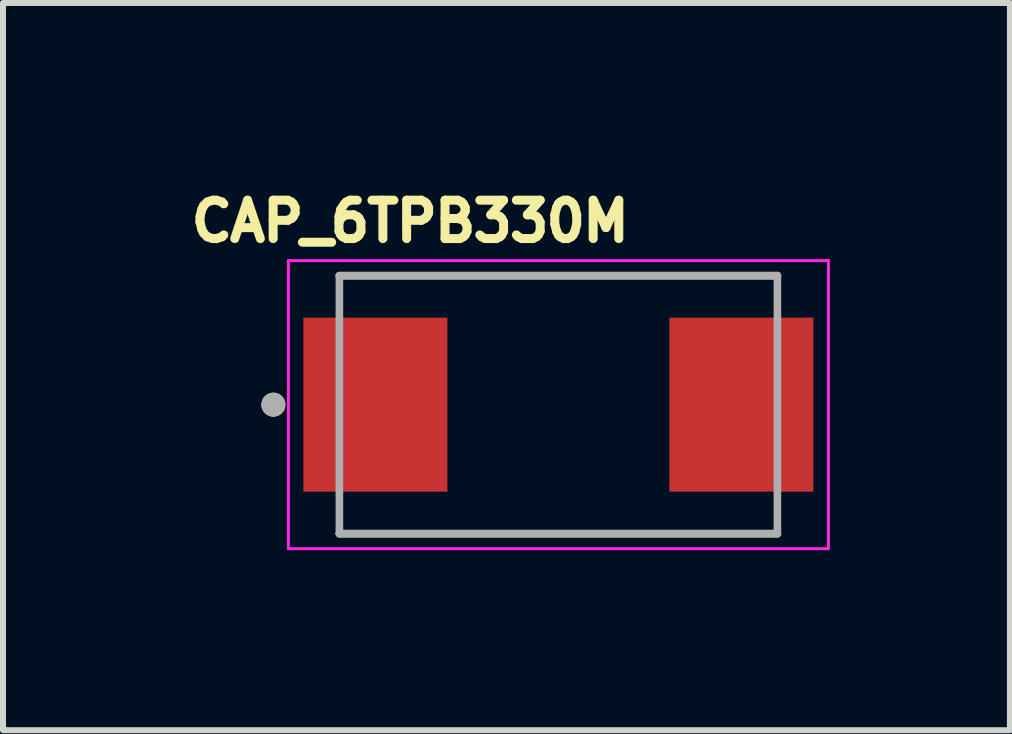
<source format=kicad_pcb>
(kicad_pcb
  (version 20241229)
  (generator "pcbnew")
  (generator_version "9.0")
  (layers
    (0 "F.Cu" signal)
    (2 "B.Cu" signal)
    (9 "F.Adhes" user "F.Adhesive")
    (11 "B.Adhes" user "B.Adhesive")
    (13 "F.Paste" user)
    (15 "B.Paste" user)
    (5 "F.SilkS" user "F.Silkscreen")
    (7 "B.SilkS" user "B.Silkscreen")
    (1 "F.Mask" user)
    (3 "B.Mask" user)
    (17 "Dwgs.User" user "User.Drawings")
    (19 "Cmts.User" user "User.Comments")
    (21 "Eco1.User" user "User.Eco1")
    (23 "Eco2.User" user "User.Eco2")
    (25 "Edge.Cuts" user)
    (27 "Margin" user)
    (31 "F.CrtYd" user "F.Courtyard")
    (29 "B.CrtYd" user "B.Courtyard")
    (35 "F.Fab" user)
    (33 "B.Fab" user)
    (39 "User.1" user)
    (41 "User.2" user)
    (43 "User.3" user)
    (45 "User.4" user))
  (footprint "CAP_6TPB330M"
    (layer "F.Cu")
    (at 6.256 3.694)
    (property "Reference" "CAP_6TPB330M" (at -2.468 -3.056 0) (layer "F.SilkS") (effects (font (size 0.64 0.64) (thickness 0.15))))
    (attr through_hole)
    (fp_line (start -3.65 -2.15) (end 3.65 -2.15) (stroke (width 0.127) (type solid)) (layer "F.SilkS"))
    (fp_line (start -3.65 2.15) (end 3.65 2.15) (stroke (width 0.127) (type solid)) (layer "F.SilkS"))
    (fp_circle (center -4.75 0) (end -4.65 0) (stroke (width 0.2) (type solid)) (fill no) (layer "F.SilkS"))
    (fp_line (start -4.5 -2.4) (end -4.5 2.4) (stroke (width 0.05) (type solid)) (layer "F.CrtYd"))
    (fp_line (start -4.5 2.4) (end 4.5 2.4) (stroke (width 0.05) (type solid)) (layer "F.CrtYd"))
    (fp_line (start 4.5 -2.4) (end -4.5 -2.4) (stroke (width 0.05) (type solid)) (layer "F.CrtYd"))
    (fp_line (start 4.5 2.4) (end 4.5 -2.4) (stroke (width 0.05) (type solid)) (layer "F.CrtYd"))
    (fp_line (start -3.65 -2.15) (end -3.65 2.15) (stroke (width 0.127) (type solid)) (layer "F.Fab"))
    (fp_line (start -3.65 -2.15) (end 3.65 -2.15) (stroke (width 0.127) (type solid)) (layer "F.Fab"))
    (fp_line (start -3.65 2.15) (end 3.65 2.15) (stroke (width 0.127) (type solid)) (layer "F.Fab"))
    (fp_line (start 3.65 -2.15) (end 3.65 2.15) (stroke (width 0.127) (type solid)) (layer "F.Fab"))
    (fp_circle (center -4.75 0) (end -4.65 0) (stroke (width 0.2) (type solid)) (fill no) (layer "F.Fab"))
    (pad "1" smd rect (at -3.05 0) (size 2.4 2.9) (layers "F.Cu" "F.Mask" "F.Paste"))
    (pad "2" smd rect (at 3.05 0) (size 2.4 2.9) (layers "F.Cu" "F.Mask" "F.Paste")))
  (gr_rect
    (start -3 -3)
    (end 13.781 9.119)
    (stroke (width 0.1) (type default))
    (fill no)
    (layer "Edge.Cuts")))
</source>
